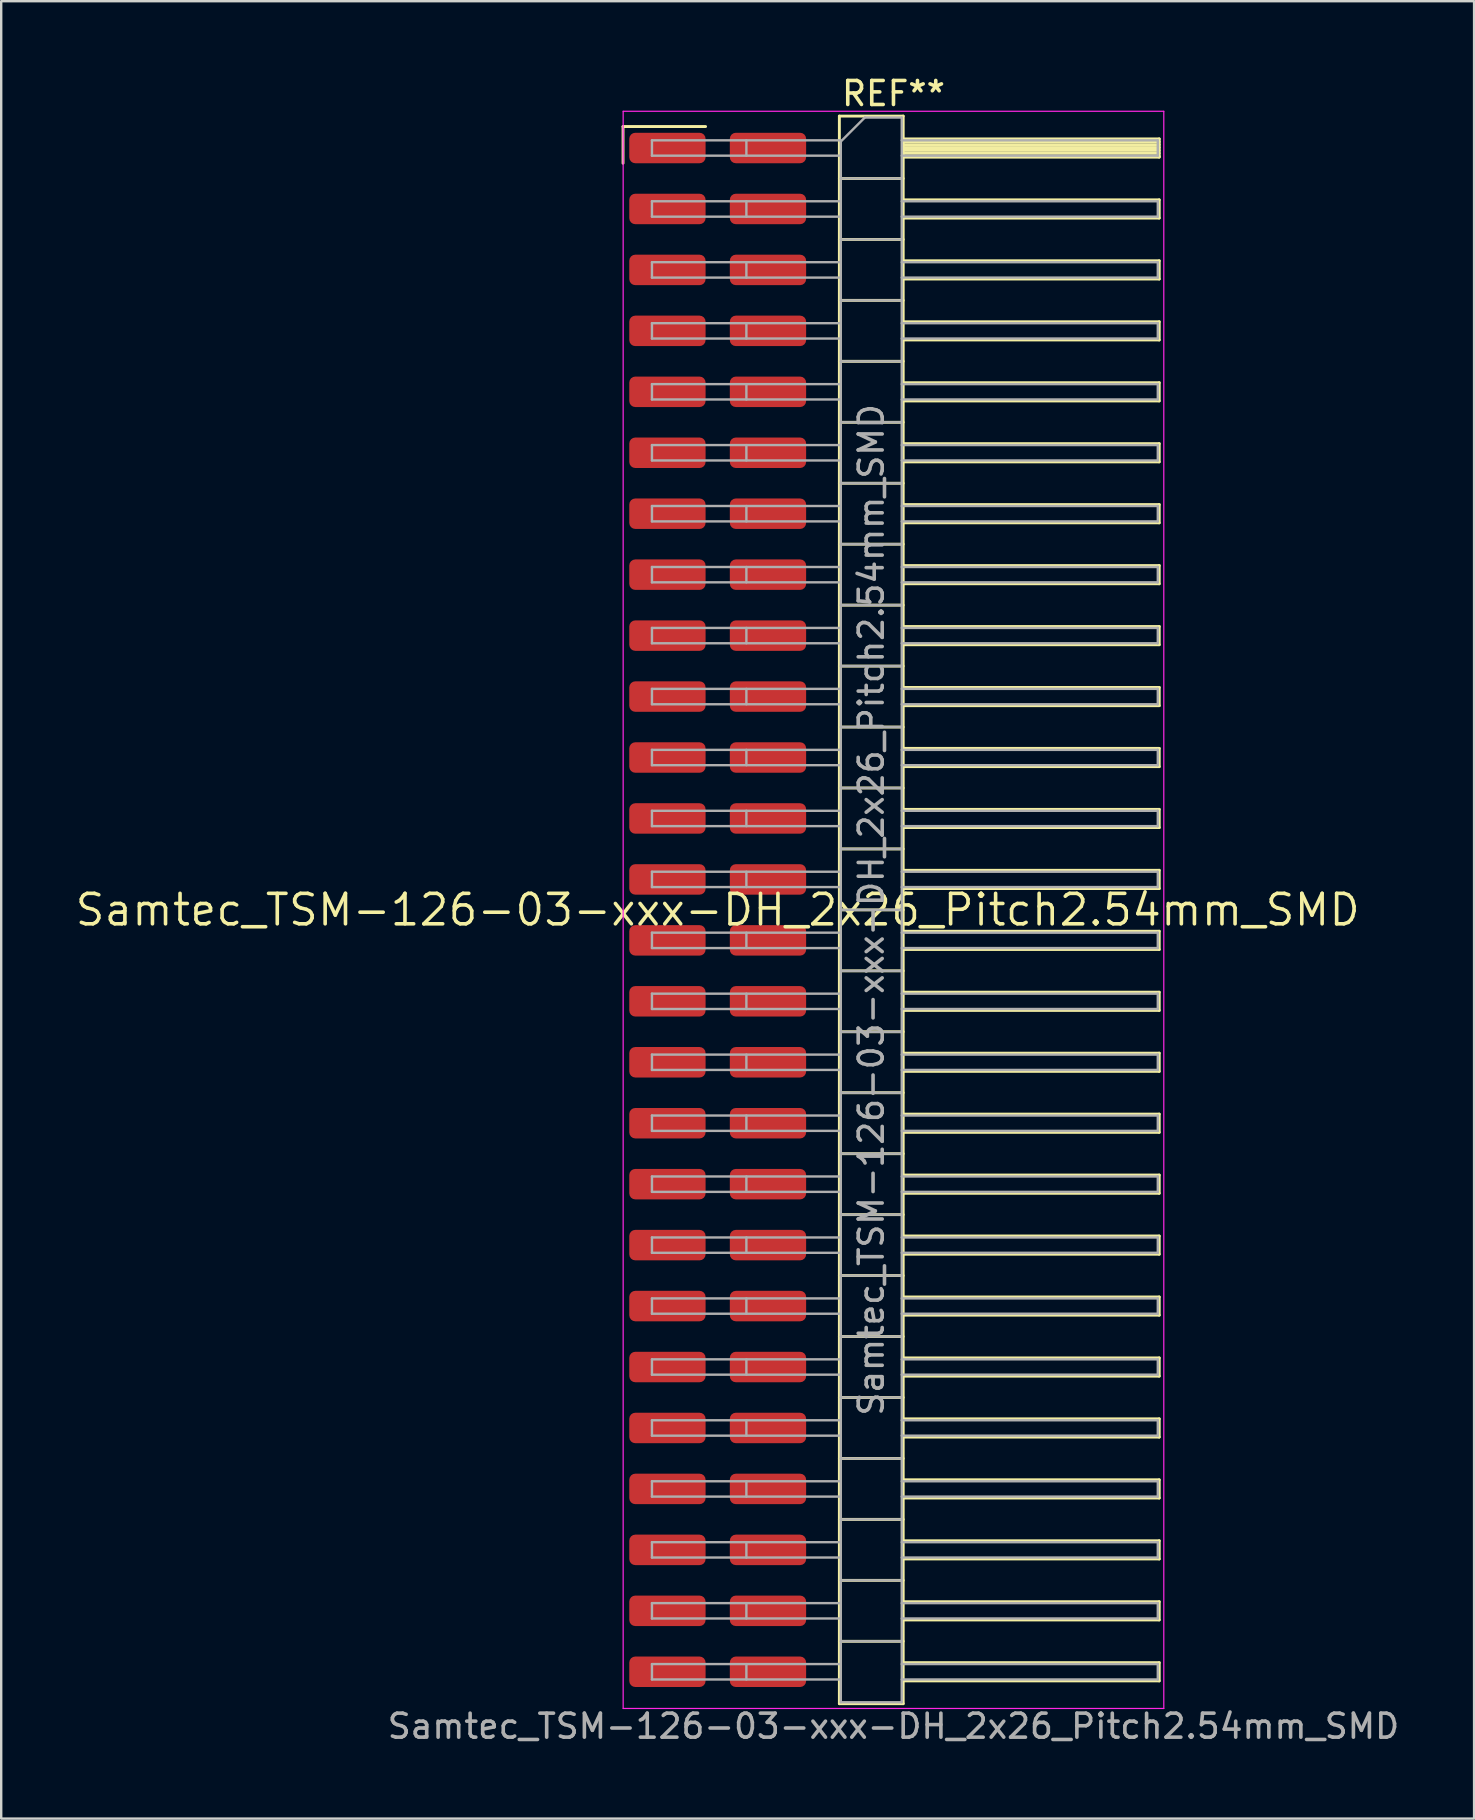
<source format=kicad_pcb>
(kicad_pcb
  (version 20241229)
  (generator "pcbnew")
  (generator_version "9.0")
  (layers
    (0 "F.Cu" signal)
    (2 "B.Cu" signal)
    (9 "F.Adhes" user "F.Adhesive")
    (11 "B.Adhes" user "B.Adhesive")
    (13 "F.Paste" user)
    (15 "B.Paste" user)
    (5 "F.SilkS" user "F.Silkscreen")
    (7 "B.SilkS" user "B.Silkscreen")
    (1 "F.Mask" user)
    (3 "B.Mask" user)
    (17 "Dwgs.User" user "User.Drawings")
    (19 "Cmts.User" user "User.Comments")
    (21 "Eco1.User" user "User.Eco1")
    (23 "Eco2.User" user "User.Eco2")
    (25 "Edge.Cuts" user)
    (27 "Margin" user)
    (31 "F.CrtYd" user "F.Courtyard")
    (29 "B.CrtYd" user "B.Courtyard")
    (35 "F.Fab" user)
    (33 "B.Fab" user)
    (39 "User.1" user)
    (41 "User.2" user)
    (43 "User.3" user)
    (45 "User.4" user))
  (footprint "Samtec_TSM-126-03-xxx-DH_2x26_Pitch2.54mm_SMD"
    (layer "F.Cu")
    (at 26.859 34.868)
    (property "Reference" "Samtec_TSM-126-03-xxx-DH_2x26_Pitch2.54mm_SMD" (at 0 0 0) (layer "F.SilkS") (effects (font (size 1.27 1.27) (thickness 0.15))))
    (attr smd)
    (fp_line (start -3.945 -32.645) (end -0.505 -32.645) (stroke (width 0.12) (type solid)) (layer "F.SilkS"))
    (fp_line (start -3.945 -31.115) (end -3.945 -32.645) (stroke (width 0.12) (type solid)) (layer "F.SilkS"))
    (fp_line (start 5.07 -33.08) (end 7.73 -33.08) (stroke (width 0.12) (type solid)) (layer "F.SilkS"))
    (fp_line (start 5.07 -30.48) (end 7.73 -30.48) (stroke (width 0.12) (type solid)) (layer "F.SilkS"))
    (fp_line (start 5.07 -27.94) (end 7.73 -27.94) (stroke (width 0.12) (type solid)) (layer "F.SilkS"))
    (fp_line (start 5.07 -25.4) (end 7.73 -25.4) (stroke (width 0.12) (type solid)) (layer "F.SilkS"))
    (fp_line (start 5.07 -22.86) (end 7.73 -22.86) (stroke (width 0.12) (type solid)) (layer "F.SilkS"))
    (fp_line (start 5.07 -20.32) (end 7.73 -20.32) (stroke (width 0.12) (type solid)) (layer "F.SilkS"))
    (fp_line (start 5.07 -17.78) (end 7.73 -17.78) (stroke (width 0.12) (type solid)) (layer "F.SilkS"))
    (fp_line (start 5.07 -15.24) (end 7.73 -15.24) (stroke (width 0.12) (type solid)) (layer "F.SilkS"))
    (fp_line (start 5.07 -12.7) (end 7.73 -12.7) (stroke (width 0.12) (type solid)) (layer "F.SilkS"))
    (fp_line (start 5.07 -10.16) (end 7.73 -10.16) (stroke (width 0.12) (type solid)) (layer "F.SilkS"))
    (fp_line (start 5.07 -7.62) (end 7.73 -7.62) (stroke (width 0.12) (type solid)) (layer "F.SilkS"))
    (fp_line (start 5.07 -5.08) (end 7.73 -5.08) (stroke (width 0.12) (type solid)) (layer "F.SilkS"))
    (fp_line (start 5.07 -2.54) (end 7.73 -2.54) (stroke (width 0.12) (type solid)) (layer "F.SilkS"))
    (fp_line (start 5.07 0) (end 7.73 0) (stroke (width 0.12) (type solid)) (layer "F.SilkS"))
    (fp_line (start 5.07 2.54) (end 7.73 2.54) (stroke (width 0.12) (type solid)) (layer "F.SilkS"))
    (fp_line (start 5.07 5.08) (end 7.73 5.08) (stroke (width 0.12) (type solid)) (layer "F.SilkS"))
    (fp_line (start 5.07 7.62) (end 7.73 7.62) (stroke (width 0.12) (type solid)) (layer "F.SilkS"))
    (fp_line (start 5.07 10.16) (end 7.73 10.16) (stroke (width 0.12) (type solid)) (layer "F.SilkS"))
    (fp_line (start 5.07 12.7) (end 7.73 12.7) (stroke (width 0.12) (type solid)) (layer "F.SilkS"))
    (fp_line (start 5.07 15.24) (end 7.73 15.24) (stroke (width 0.12) (type solid)) (layer "F.SilkS"))
    (fp_line (start 5.07 17.78) (end 7.73 17.78) (stroke (width 0.12) (type solid)) (layer "F.SilkS"))
    (fp_line (start 5.07 20.32) (end 7.73 20.32) (stroke (width 0.12) (type solid)) (layer "F.SilkS"))
    (fp_line (start 5.07 22.86) (end 7.73 22.86) (stroke (width 0.12) (type solid)) (layer "F.SilkS"))
    (fp_line (start 5.07 25.4) (end 7.73 25.4) (stroke (width 0.12) (type solid)) (layer "F.SilkS"))
    (fp_line (start 5.07 27.94) (end 7.73 27.94) (stroke (width 0.12) (type solid)) (layer "F.SilkS"))
    (fp_line (start 5.07 30.48) (end 7.73 30.48) (stroke (width 0.12) (type solid)) (layer "F.SilkS"))
    (fp_line (start 5.07 33.08) (end 5.07 -33.08) (stroke (width 0.12) (type solid)) (layer "F.SilkS"))
    (fp_line (start 7.73 -33.08) (end 7.73 33.08) (stroke (width 0.12) (type solid)) (layer "F.SilkS"))
    (fp_line (start 7.73 -32.13) (end 18.4 -32.13) (stroke (width 0.12) (type solid)) (layer "F.SilkS"))
    (fp_line (start 7.73 -32.01) (end 18.4 -32.01) (stroke (width 0.12) (type solid)) (layer "F.SilkS"))
    (fp_line (start 7.73 -31.89) (end 18.4 -31.89) (stroke (width 0.12) (type solid)) (layer "F.SilkS"))
    (fp_line (start 7.73 -31.77) (end 18.4 -31.77) (stroke (width 0.12) (type solid)) (layer "F.SilkS"))
    (fp_line (start 7.73 -31.65) (end 18.4 -31.65) (stroke (width 0.12) (type solid)) (layer "F.SilkS"))
    (fp_line (start 7.73 -31.53) (end 18.4 -31.53) (stroke (width 0.12) (type solid)) (layer "F.SilkS"))
    (fp_line (start 7.73 -31.41) (end 18.4 -31.41) (stroke (width 0.12) (type solid)) (layer "F.SilkS"))
    (fp_line (start 7.73 -31.37) (end 18.4 -31.37) (stroke (width 0.12) (type solid)) (layer "F.SilkS"))
    (fp_line (start 7.73 -29.59) (end 18.4 -29.59) (stroke (width 0.12) (type solid)) (layer "F.SilkS"))
    (fp_line (start 7.73 -28.83) (end 18.4 -28.83) (stroke (width 0.12) (type solid)) (layer "F.SilkS"))
    (fp_line (start 7.73 -27.05) (end 18.4 -27.05) (stroke (width 0.12) (type solid)) (layer "F.SilkS"))
    (fp_line (start 7.73 -26.29) (end 18.4 -26.29) (stroke (width 0.12) (type solid)) (layer "F.SilkS"))
    (fp_line (start 7.73 -24.51) (end 18.4 -24.51) (stroke (width 0.12) (type solid)) (layer "F.SilkS"))
    (fp_line (start 7.73 -23.75) (end 18.4 -23.75) (stroke (width 0.12) (type solid)) (layer "F.SilkS"))
    (fp_line (start 7.73 -21.97) (end 18.4 -21.97) (stroke (width 0.12) (type solid)) (layer "F.SilkS"))
    (fp_line (start 7.73 -21.21) (end 18.4 -21.21) (stroke (width 0.12) (type solid)) (layer "F.SilkS"))
    (fp_line (start 7.73 -19.43) (end 18.4 -19.43) (stroke (width 0.12) (type solid)) (layer "F.SilkS"))
    (fp_line (start 7.73 -18.67) (end 18.4 -18.67) (stroke (width 0.12) (type solid)) (layer "F.SilkS"))
    (fp_line (start 7.73 -16.89) (end 18.4 -16.89) (stroke (width 0.12) (type solid)) (layer "F.SilkS"))
    (fp_line (start 7.73 -16.13) (end 18.4 -16.13) (stroke (width 0.12) (type solid)) (layer "F.SilkS"))
    (fp_line (start 7.73 -14.35) (end 18.4 -14.35) (stroke (width 0.12) (type solid)) (layer "F.SilkS"))
    (fp_line (start 7.73 -13.59) (end 18.4 -13.59) (stroke (width 0.12) (type solid)) (layer "F.SilkS"))
    (fp_line (start 7.73 -11.81) (end 18.4 -11.81) (stroke (width 0.12) (type solid)) (layer "F.SilkS"))
    (fp_line (start 7.73 -11.05) (end 18.4 -11.05) (stroke (width 0.12) (type solid)) (layer "F.SilkS"))
    (fp_line (start 7.73 -9.27) (end 18.4 -9.27) (stroke (width 0.12) (type solid)) (layer "F.SilkS"))
    (fp_line (start 7.73 -8.51) (end 18.4 -8.51) (stroke (width 0.12) (type solid)) (layer "F.SilkS"))
    (fp_line (start 7.73 -6.73) (end 18.4 -6.73) (stroke (width 0.12) (type solid)) (layer "F.SilkS"))
    (fp_line (start 7.73 -5.97) (end 18.4 -5.97) (stroke (width 0.12) (type solid)) (layer "F.SilkS"))
    (fp_line (start 7.73 -4.19) (end 18.4 -4.19) (stroke (width 0.12) (type solid)) (layer "F.SilkS"))
    (fp_line (start 7.73 -3.43) (end 18.4 -3.43) (stroke (width 0.12) (type solid)) (layer "F.SilkS"))
    (fp_line (start 7.73 -1.65) (end 18.4 -1.65) (stroke (width 0.12) (type solid)) (layer "F.SilkS"))
    (fp_line (start 7.73 -0.89) (end 18.4 -0.89) (stroke (width 0.12) (type solid)) (layer "F.SilkS"))
    (fp_line (start 7.73 0.89) (end 18.4 0.89) (stroke (width 0.12) (type solid)) (layer "F.SilkS"))
    (fp_line (start 7.73 1.65) (end 18.4 1.65) (stroke (width 0.12) (type solid)) (layer "F.SilkS"))
    (fp_line (start 7.73 3.43) (end 18.4 3.43) (stroke (width 0.12) (type solid)) (layer "F.SilkS"))
    (fp_line (start 7.73 4.19) (end 18.4 4.19) (stroke (width 0.12) (type solid)) (layer "F.SilkS"))
    (fp_line (start 7.73 5.97) (end 18.4 5.97) (stroke (width 0.12) (type solid)) (layer "F.SilkS"))
    (fp_line (start 7.73 6.73) (end 18.4 6.73) (stroke (width 0.12) (type solid)) (layer "F.SilkS"))
    (fp_line (start 7.73 8.51) (end 18.4 8.51) (stroke (width 0.12) (type solid)) (layer "F.SilkS"))
    (fp_line (start 7.73 9.27) (end 18.4 9.27) (stroke (width 0.12) (type solid)) (layer "F.SilkS"))
    (fp_line (start 7.73 11.05) (end 18.4 11.05) (stroke (width 0.12) (type solid)) (layer "F.SilkS"))
    (fp_line (start 7.73 11.81) (end 18.4 11.81) (stroke (width 0.12) (type solid)) (layer "F.SilkS"))
    (fp_line (start 7.73 13.59) (end 18.4 13.59) (stroke (width 0.12) (type solid)) (layer "F.SilkS"))
    (fp_line (start 7.73 14.35) (end 18.4 14.35) (stroke (width 0.12) (type solid)) (layer "F.SilkS"))
    (fp_line (start 7.73 16.13) (end 18.4 16.13) (stroke (width 0.12) (type solid)) (layer "F.SilkS"))
    (fp_line (start 7.73 16.89) (end 18.4 16.89) (stroke (width 0.12) (type solid)) (layer "F.SilkS"))
    (fp_line (start 7.73 18.67) (end 18.4 18.67) (stroke (width 0.12) (type solid)) (layer "F.SilkS"))
    (fp_line (start 7.73 19.43) (end 18.4 19.43) (stroke (width 0.12) (type solid)) (layer "F.SilkS"))
    (fp_line (start 7.73 21.21) (end 18.4 21.21) (stroke (width 0.12) (type solid)) (layer "F.SilkS"))
    (fp_line (start 7.73 21.97) (end 18.4 21.97) (stroke (width 0.12) (type solid)) (layer "F.SilkS"))
    (fp_line (start 7.73 23.75) (end 18.4 23.75) (stroke (width 0.12) (type solid)) (layer "F.SilkS"))
    (fp_line (start 7.73 24.51) (end 18.4 24.51) (stroke (width 0.12) (type solid)) (layer "F.SilkS"))
    (fp_line (start 7.73 26.29) (end 18.4 26.29) (stroke (width 0.12) (type solid)) (layer "F.SilkS"))
    (fp_line (start 7.73 27.05) (end 18.4 27.05) (stroke (width 0.12) (type solid)) (layer "F.SilkS"))
    (fp_line (start 7.73 28.83) (end 18.4 28.83) (stroke (width 0.12) (type solid)) (layer "F.SilkS"))
    (fp_line (start 7.73 29.59) (end 18.4 29.59) (stroke (width 0.12) (type solid)) (layer "F.SilkS"))
    (fp_line (start 7.73 31.37) (end 18.4 31.37) (stroke (width 0.12) (type solid)) (layer "F.SilkS"))
    (fp_line (start 7.73 32.13) (end 18.4 32.13) (stroke (width 0.12) (type solid)) (layer "F.SilkS"))
    (fp_line (start 7.73 33.08) (end 5.07 33.08) (stroke (width 0.12) (type solid)) (layer "F.SilkS"))
    (fp_line (start 18.4 -32.13) (end 18.4 -31.37) (stroke (width 0.12) (type solid)) (layer "F.SilkS"))
    (fp_line (start 18.4 -29.59) (end 18.4 -28.83) (stroke (width 0.12) (type solid)) (layer "F.SilkS"))
    (fp_line (start 18.4 -27.05) (end 18.4 -26.29) (stroke (width 0.12) (type solid)) (layer "F.SilkS"))
    (fp_line (start 18.4 -24.51) (end 18.4 -23.75) (stroke (width 0.12) (type solid)) (layer "F.SilkS"))
    (fp_line (start 18.4 -21.97) (end 18.4 -21.21) (stroke (width 0.12) (type solid)) (layer "F.SilkS"))
    (fp_line (start 18.4 -19.43) (end 18.4 -18.67) (stroke (width 0.12) (type solid)) (layer "F.SilkS"))
    (fp_line (start 18.4 -16.89) (end 18.4 -16.13) (stroke (width 0.12) (type solid)) (layer "F.SilkS"))
    (fp_line (start 18.4 -14.35) (end 18.4 -13.59) (stroke (width 0.12) (type solid)) (layer "F.SilkS"))
    (fp_line (start 18.4 -11.81) (end 18.4 -11.05) (stroke (width 0.12) (type solid)) (layer "F.SilkS"))
    (fp_line (start 18.4 -9.27) (end 18.4 -8.51) (stroke (width 0.12) (type solid)) (layer "F.SilkS"))
    (fp_line (start 18.4 -6.73) (end 18.4 -5.97) (stroke (width 0.12) (type solid)) (layer "F.SilkS"))
    (fp_line (start 18.4 -4.19) (end 18.4 -3.43) (stroke (width 0.12) (type solid)) (layer "F.SilkS"))
    (fp_line (start 18.4 -1.65) (end 18.4 -0.89) (stroke (width 0.12) (type solid)) (layer "F.SilkS"))
    (fp_line (start 18.4 0.89) (end 18.4 1.65) (stroke (width 0.12) (type solid)) (layer "F.SilkS"))
    (fp_line (start 18.4 3.43) (end 18.4 4.19) (stroke (width 0.12) (type solid)) (layer "F.SilkS"))
    (fp_line (start 18.4 5.97) (end 18.4 6.73) (stroke (width 0.12) (type solid)) (layer "F.SilkS"))
    (fp_line (start 18.4 8.51) (end 18.4 9.27) (stroke (width 0.12) (type solid)) (layer "F.SilkS"))
    (fp_line (start 18.4 11.05) (end 18.4 11.81) (stroke (width 0.12) (type solid)) (layer "F.SilkS"))
    (fp_line (start 18.4 13.59) (end 18.4 14.35) (stroke (width 0.12) (type solid)) (layer "F.SilkS"))
    (fp_line (start 18.4 16.13) (end 18.4 16.89) (stroke (width 0.12) (type solid)) (layer "F.SilkS"))
    (fp_line (start 18.4 18.67) (end 18.4 19.43) (stroke (width 0.12) (type solid)) (layer "F.SilkS"))
    (fp_line (start 18.4 21.21) (end 18.4 21.97) (stroke (width 0.12) (type solid)) (layer "F.SilkS"))
    (fp_line (start 18.4 23.75) (end 18.4 24.51) (stroke (width 0.12) (type solid)) (layer "F.SilkS"))
    (fp_line (start 18.4 26.29) (end 18.4 27.05) (stroke (width 0.12) (type solid)) (layer "F.SilkS"))
    (fp_line (start 18.4 28.83) (end 18.4 29.59) (stroke (width 0.12) (type solid)) (layer "F.SilkS"))
    (fp_line (start 18.4 31.37) (end 18.4 32.13) (stroke (width 0.12) (type solid)) (layer "F.SilkS"))
    (fp_line (start -3.94 -33.28) (end 18.59 -33.28) (stroke (width 0.05) (type solid)) (layer "F.CrtYd"))
    (fp_line (start -3.94 33.28) (end -3.94 -33.28) (stroke (width 0.05) (type solid)) (layer "F.CrtYd"))
    (fp_line (start 18.59 -33.28) (end 18.59 33.28) (stroke (width 0.05) (type solid)) (layer "F.CrtYd"))
    (fp_line (start 18.59 33.28) (end -3.94 33.28) (stroke (width 0.05) (type solid)) (layer "F.CrtYd"))
    (fp_line (start -2.74 -32.07) (end -2.74 -31.43) (stroke (width 0.1) (type solid)) (layer "F.Fab"))
    (fp_line (start -2.74 -32.07) (end 5.13 -32.07) (stroke (width 0.1) (type solid)) (layer "F.Fab"))
    (fp_line (start -2.74 -31.43) (end 5.13 -31.43) (stroke (width 0.1) (type solid)) (layer "F.Fab"))
    (fp_line (start -2.74 -29.53) (end -2.74 -28.89) (stroke (width 0.1) (type solid)) (layer "F.Fab"))
    (fp_line (start -2.74 -29.53) (end 5.13 -29.53) (stroke (width 0.1) (type solid)) (layer "F.Fab"))
    (fp_line (start -2.74 -28.89) (end 5.13 -28.89) (stroke (width 0.1) (type solid)) (layer "F.Fab"))
    (fp_line (start -2.74 -26.99) (end -2.74 -26.35) (stroke (width 0.1) (type solid)) (layer "F.Fab"))
    (fp_line (start -2.74 -26.99) (end 5.13 -26.99) (stroke (width 0.1) (type solid)) (layer "F.Fab"))
    (fp_line (start -2.74 -26.35) (end 5.13 -26.35) (stroke (width 0.1) (type solid)) (layer "F.Fab"))
    (fp_line (start -2.74 -24.45) (end -2.74 -23.81) (stroke (width 0.1) (type solid)) (layer "F.Fab"))
    (fp_line (start -2.74 -24.45) (end 5.13 -24.45) (stroke (width 0.1) (type solid)) (layer "F.Fab"))
    (fp_line (start -2.74 -23.81) (end 5.13 -23.81) (stroke (width 0.1) (type solid)) (layer "F.Fab"))
    (fp_line (start -2.74 -21.91) (end -2.74 -21.27) (stroke (width 0.1) (type solid)) (layer "F.Fab"))
    (fp_line (start -2.74 -21.91) (end 5.13 -21.91) (stroke (width 0.1) (type solid)) (layer "F.Fab"))
    (fp_line (start -2.74 -21.27) (end 5.13 -21.27) (stroke (width 0.1) (type solid)) (layer "F.Fab"))
    (fp_line (start -2.74 -19.37) (end -2.74 -18.73) (stroke (width 0.1) (type solid)) (layer "F.Fab"))
    (fp_line (start -2.74 -19.37) (end 5.13 -19.37) (stroke (width 0.1) (type solid)) (layer "F.Fab"))
    (fp_line (start -2.74 -18.73) (end 5.13 -18.73) (stroke (width 0.1) (type solid)) (layer "F.Fab"))
    (fp_line (start -2.74 -16.83) (end -2.74 -16.19) (stroke (width 0.1) (type solid)) (layer "F.Fab"))
    (fp_line (start -2.74 -16.83) (end 5.13 -16.83) (stroke (width 0.1) (type solid)) (layer "F.Fab"))
    (fp_line (start -2.74 -16.19) (end 5.13 -16.19) (stroke (width 0.1) (type solid)) (layer "F.Fab"))
    (fp_line (start -2.74 -14.29) (end -2.74 -13.65) (stroke (width 0.1) (type solid)) (layer "F.Fab"))
    (fp_line (start -2.74 -14.29) (end 5.13 -14.29) (stroke (width 0.1) (type solid)) (layer "F.Fab"))
    (fp_line (start -2.74 -13.65) (end 5.13 -13.65) (stroke (width 0.1) (type solid)) (layer "F.Fab"))
    (fp_line (start -2.74 -11.75) (end -2.74 -11.11) (stroke (width 0.1) (type solid)) (layer "F.Fab"))
    (fp_line (start -2.74 -11.75) (end 5.13 -11.75) (stroke (width 0.1) (type solid)) (layer "F.Fab"))
    (fp_line (start -2.74 -11.11) (end 5.13 -11.11) (stroke (width 0.1) (type solid)) (layer "F.Fab"))
    (fp_line (start -2.74 -9.21) (end -2.74 -8.57) (stroke (width 0.1) (type solid)) (layer "F.Fab"))
    (fp_line (start -2.74 -9.21) (end 5.13 -9.21) (stroke (width 0.1) (type solid)) (layer "F.Fab"))
    (fp_line (start -2.74 -8.57) (end 5.13 -8.57) (stroke (width 0.1) (type solid)) (layer "F.Fab"))
    (fp_line (start -2.74 -6.67) (end -2.74 -6.03) (stroke (width 0.1) (type solid)) (layer "F.Fab"))
    (fp_line (start -2.74 -6.67) (end 5.13 -6.67) (stroke (width 0.1) (type solid)) (layer "F.Fab"))
    (fp_line (start -2.74 -6.03) (end 5.13 -6.03) (stroke (width 0.1) (type solid)) (layer "F.Fab"))
    (fp_line (start -2.74 -4.13) (end -2.74 -3.49) (stroke (width 0.1) (type solid)) (layer "F.Fab"))
    (fp_line (start -2.74 -4.13) (end 5.13 -4.13) (stroke (width 0.1) (type solid)) (layer "F.Fab"))
    (fp_line (start -2.74 -3.49) (end 5.13 -3.49) (stroke (width 0.1) (type solid)) (layer "F.Fab"))
    (fp_line (start -2.74 -1.59) (end -2.74 -0.95) (stroke (width 0.1) (type solid)) (layer "F.Fab"))
    (fp_line (start -2.74 -1.59) (end 5.13 -1.59) (stroke (width 0.1) (type solid)) (layer "F.Fab"))
    (fp_line (start -2.74 -0.95) (end 5.13 -0.95) (stroke (width 0.1) (type solid)) (layer "F.Fab"))
    (fp_line (start -2.74 0.95) (end -2.74 1.59) (stroke (width 0.1) (type solid)) (layer "F.Fab"))
    (fp_line (start -2.74 0.95) (end 5.13 0.95) (stroke (width 0.1) (type solid)) (layer "F.Fab"))
    (fp_line (start -2.74 1.59) (end 5.13 1.59) (stroke (width 0.1) (type solid)) (layer "F.Fab"))
    (fp_line (start -2.74 3.49) (end -2.74 4.13) (stroke (width 0.1) (type solid)) (layer "F.Fab"))
    (fp_line (start -2.74 3.49) (end 5.13 3.49) (stroke (width 0.1) (type solid)) (layer "F.Fab"))
    (fp_line (start -2.74 4.13) (end 5.13 4.13) (stroke (width 0.1) (type solid)) (layer "F.Fab"))
    (fp_line (start -2.74 6.03) (end -2.74 6.67) (stroke (width 0.1) (type solid)) (layer "F.Fab"))
    (fp_line (start -2.74 6.03) (end 5.13 6.03) (stroke (width 0.1) (type solid)) (layer "F.Fab"))
    (fp_line (start -2.74 6.67) (end 5.13 6.67) (stroke (width 0.1) (type solid)) (layer "F.Fab"))
    (fp_line (start -2.74 8.57) (end -2.74 9.21) (stroke (width 0.1) (type solid)) (layer "F.Fab"))
    (fp_line (start -2.74 8.57) (end 5.13 8.57) (stroke (width 0.1) (type solid)) (layer "F.Fab"))
    (fp_line (start -2.74 9.21) (end 5.13 9.21) (stroke (width 0.1) (type solid)) (layer "F.Fab"))
    (fp_line (start -2.74 11.11) (end -2.74 11.75) (stroke (width 0.1) (type solid)) (layer "F.Fab"))
    (fp_line (start -2.74 11.11) (end 5.13 11.11) (stroke (width 0.1) (type solid)) (layer "F.Fab"))
    (fp_line (start -2.74 11.75) (end 5.13 11.75) (stroke (width 0.1) (type solid)) (layer "F.Fab"))
    (fp_line (start -2.74 13.65) (end -2.74 14.29) (stroke (width 0.1) (type solid)) (layer "F.Fab"))
    (fp_line (start -2.74 13.65) (end 5.13 13.65) (stroke (width 0.1) (type solid)) (layer "F.Fab"))
    (fp_line (start -2.74 14.29) (end 5.13 14.29) (stroke (width 0.1) (type solid)) (layer "F.Fab"))
    (fp_line (start -2.74 16.19) (end -2.74 16.83) (stroke (width 0.1) (type solid)) (layer "F.Fab"))
    (fp_line (start -2.74 16.19) (end 5.13 16.19) (stroke (width 0.1) (type solid)) (layer "F.Fab"))
    (fp_line (start -2.74 16.83) (end 5.13 16.83) (stroke (width 0.1) (type solid)) (layer "F.Fab"))
    (fp_line (start -2.74 18.73) (end -2.74 19.37) (stroke (width 0.1) (type solid)) (layer "F.Fab"))
    (fp_line (start -2.74 18.73) (end 5.13 18.73) (stroke (width 0.1) (type solid)) (layer "F.Fab"))
    (fp_line (start -2.74 19.37) (end 5.13 19.37) (stroke (width 0.1) (type solid)) (layer "F.Fab"))
    (fp_line (start -2.74 21.27) (end -2.74 21.91) (stroke (width 0.1) (type solid)) (layer "F.Fab"))
    (fp_line (start -2.74 21.27) (end 5.13 21.27) (stroke (width 0.1) (type solid)) (layer "F.Fab"))
    (fp_line (start -2.74 21.91) (end 5.13 21.91) (stroke (width 0.1) (type solid)) (layer "F.Fab"))
    (fp_line (start -2.74 23.81) (end -2.74 24.45) (stroke (width 0.1) (type solid)) (layer "F.Fab"))
    (fp_line (start -2.74 23.81) (end 5.13 23.81) (stroke (width 0.1) (type solid)) (layer "F.Fab"))
    (fp_line (start -2.74 24.45) (end 5.13 24.45) (stroke (width 0.1) (type solid)) (layer "F.Fab"))
    (fp_line (start -2.74 26.35) (end -2.74 26.99) (stroke (width 0.1) (type solid)) (layer "F.Fab"))
    (fp_line (start -2.74 26.35) (end 5.13 26.35) (stroke (width 0.1) (type solid)) (layer "F.Fab"))
    (fp_line (start -2.74 26.99) (end 5.13 26.99) (stroke (width 0.1) (type solid)) (layer "F.Fab"))
    (fp_line (start -2.74 28.89) (end -2.74 29.53) (stroke (width 0.1) (type solid)) (layer "F.Fab"))
    (fp_line (start -2.74 28.89) (end 5.13 28.89) (stroke (width 0.1) (type solid)) (layer "F.Fab"))
    (fp_line (start -2.74 29.53) (end 5.13 29.53) (stroke (width 0.1) (type solid)) (layer "F.Fab"))
    (fp_line (start -2.74 31.43) (end -2.74 32.07) (stroke (width 0.1) (type solid)) (layer "F.Fab"))
    (fp_line (start -2.74 31.43) (end 5.13 31.43) (stroke (width 0.1) (type solid)) (layer "F.Fab"))
    (fp_line (start -2.74 32.07) (end 5.13 32.07) (stroke (width 0.1) (type solid)) (layer "F.Fab"))
    (fp_line (start 1.195 -32.07) (end 1.195 -31.43) (stroke (width 0.1) (type solid)) (layer "F.Fab"))
    (fp_line (start 1.195 -29.53) (end 1.195 -28.89) (stroke (width 0.1) (type solid)) (layer "F.Fab"))
    (fp_line (start 1.195 -26.99) (end 1.195 -26.35) (stroke (width 0.1) (type solid)) (layer "F.Fab"))
    (fp_line (start 1.195 -24.45) (end 1.195 -23.81) (stroke (width 0.1) (type solid)) (layer "F.Fab"))
    (fp_line (start 1.195 -21.91) (end 1.195 -21.27) (stroke (width 0.1) (type solid)) (layer "F.Fab"))
    (fp_line (start 1.195 -19.37) (end 1.195 -18.73) (stroke (width 0.1) (type solid)) (layer "F.Fab"))
    (fp_line (start 1.195 -16.83) (end 1.195 -16.19) (stroke (width 0.1) (type solid)) (layer "F.Fab"))
    (fp_line (start 1.195 -14.29) (end 1.195 -13.65) (stroke (width 0.1) (type solid)) (layer "F.Fab"))
    (fp_line (start 1.195 -11.75) (end 1.195 -11.11) (stroke (width 0.1) (type solid)) (layer "F.Fab"))
    (fp_line (start 1.195 -9.21) (end 1.195 -8.57) (stroke (width 0.1) (type solid)) (layer "F.Fab"))
    (fp_line (start 1.195 -6.67) (end 1.195 -6.03) (stroke (width 0.1) (type solid)) (layer "F.Fab"))
    (fp_line (start 1.195 -4.13) (end 1.195 -3.49) (stroke (width 0.1) (type solid)) (layer "F.Fab"))
    (fp_line (start 1.195 -1.59) (end 1.195 -0.95) (stroke (width 0.1) (type solid)) (layer "F.Fab"))
    (fp_line (start 1.195 0.95) (end 1.195 1.59) (stroke (width 0.1) (type solid)) (layer "F.Fab"))
    (fp_line (start 1.195 3.49) (end 1.195 4.13) (stroke (width 0.1) (type solid)) (layer "F.Fab"))
    (fp_line (start 1.195 6.03) (end 1.195 6.67) (stroke (width 0.1) (type solid)) (layer "F.Fab"))
    (fp_line (start 1.195 8.57) (end 1.195 9.21) (stroke (width 0.1) (type solid)) (layer "F.Fab"))
    (fp_line (start 1.195 11.11) (end 1.195 11.75) (stroke (width 0.1) (type solid)) (layer "F.Fab"))
    (fp_line (start 1.195 13.65) (end 1.195 14.29) (stroke (width 0.1) (type solid)) (layer "F.Fab"))
    (fp_line (start 1.195 16.19) (end 1.195 16.83) (stroke (width 0.1) (type solid)) (layer "F.Fab"))
    (fp_line (start 1.195 18.73) (end 1.195 19.37) (stroke (width 0.1) (type solid)) (layer "F.Fab"))
    (fp_line (start 1.195 21.27) (end 1.195 21.91) (stroke (width 0.1) (type solid)) (layer "F.Fab"))
    (fp_line (start 1.195 23.81) (end 1.195 24.45) (stroke (width 0.1) (type solid)) (layer "F.Fab"))
    (fp_line (start 1.195 26.35) (end 1.195 26.99) (stroke (width 0.1) (type solid)) (layer "F.Fab"))
    (fp_line (start 1.195 28.89) (end 1.195 29.53) (stroke (width 0.1) (type solid)) (layer "F.Fab"))
    (fp_line (start 1.195 31.43) (end 1.195 32.07) (stroke (width 0.1) (type solid)) (layer "F.Fab"))
    (fp_line (start 5.13 -32.02) (end 6.13 -33.02) (stroke (width 0.1) (type solid)) (layer "F.Fab"))
    (fp_line (start 5.13 -30.48) (end 7.67 -30.48) (stroke (width 0.1) (type solid)) (layer "F.Fab"))
    (fp_line (start 5.13 -27.94) (end 7.67 -27.94) (stroke (width 0.1) (type solid)) (layer "F.Fab"))
    (fp_line (start 5.13 -25.4) (end 7.67 -25.4) (stroke (width 0.1) (type solid)) (layer "F.Fab"))
    (fp_line (start 5.13 -22.86) (end 7.67 -22.86) (stroke (width 0.1) (type solid)) (layer "F.Fab"))
    (fp_line (start 5.13 -20.32) (end 7.67 -20.32) (stroke (width 0.1) (type solid)) (layer "F.Fab"))
    (fp_line (start 5.13 -17.78) (end 7.67 -17.78) (stroke (width 0.1) (type solid)) (layer "F.Fab"))
    (fp_line (start 5.13 -15.24) (end 7.67 -15.24) (stroke (width 0.1) (type solid)) (layer "F.Fab"))
    (fp_line (start 5.13 -12.7) (end 7.67 -12.7) (stroke (width 0.1) (type solid)) (layer "F.Fab"))
    (fp_line (start 5.13 -10.16) (end 7.67 -10.16) (stroke (width 0.1) (type solid)) (layer "F.Fab"))
    (fp_line (start 5.13 -7.62) (end 7.67 -7.62) (stroke (width 0.1) (type solid)) (layer "F.Fab"))
    (fp_line (start 5.13 -5.08) (end 7.67 -5.08) (stroke (width 0.1) (type solid)) (layer "F.Fab"))
    (fp_line (start 5.13 -2.54) (end 7.67 -2.54) (stroke (width 0.1) (type solid)) (layer "F.Fab"))
    (fp_line (start 5.13 0) (end 7.67 0) (stroke (width 0.1) (type solid)) (layer "F.Fab"))
    (fp_line (start 5.13 2.54) (end 7.67 2.54) (stroke (width 0.1) (type solid)) (layer "F.Fab"))
    (fp_line (start 5.13 5.08) (end 7.67 5.08) (stroke (width 0.1) (type solid)) (layer "F.Fab"))
    (fp_line (start 5.13 7.62) (end 7.67 7.62) (stroke (width 0.1) (type solid)) (layer "F.Fab"))
    (fp_line (start 5.13 10.16) (end 7.67 10.16) (stroke (width 0.1) (type solid)) (layer "F.Fab"))
    (fp_line (start 5.13 12.7) (end 7.67 12.7) (stroke (width 0.1) (type solid)) (layer "F.Fab"))
    (fp_line (start 5.13 15.24) (end 7.67 15.24) (stroke (width 0.1) (type solid)) (layer "F.Fab"))
    (fp_line (start 5.13 17.78) (end 7.67 17.78) (stroke (width 0.1) (type solid)) (layer "F.Fab"))
    (fp_line (start 5.13 20.32) (end 7.67 20.32) (stroke (width 0.1) (type solid)) (layer "F.Fab"))
    (fp_line (start 5.13 22.86) (end 7.67 22.86) (stroke (width 0.1) (type solid)) (layer "F.Fab"))
    (fp_line (start 5.13 25.4) (end 7.67 25.4) (stroke (width 0.1) (type solid)) (layer "F.Fab"))
    (fp_line (start 5.13 27.94) (end 7.67 27.94) (stroke (width 0.1) (type solid)) (layer "F.Fab"))
    (fp_line (start 5.13 30.48) (end 7.67 30.48) (stroke (width 0.1) (type solid)) (layer "F.Fab"))
    (fp_line (start 5.13 33.02) (end 5.13 -32.02) (stroke (width 0.1) (type solid)) (layer "F.Fab"))
    (fp_line (start 6.13 -33.02) (end 7.67 -33.02) (stroke (width 0.1) (type solid)) (layer "F.Fab"))
    (fp_line (start 7.67 -33.02) (end 7.67 33.02) (stroke (width 0.1) (type solid)) (layer "F.Fab"))
    (fp_line (start 7.67 -32.07) (end 18.34 -32.07) (stroke (width 0.1) (type solid)) (layer "F.Fab"))
    (fp_line (start 7.67 -31.43) (end 18.34 -31.43) (stroke (width 0.1) (type solid)) (layer "F.Fab"))
    (fp_line (start 7.67 -29.53) (end 18.34 -29.53) (stroke (width 0.1) (type solid)) (layer "F.Fab"))
    (fp_line (start 7.67 -28.89) (end 18.34 -28.89) (stroke (width 0.1) (type solid)) (layer "F.Fab"))
    (fp_line (start 7.67 -26.99) (end 18.34 -26.99) (stroke (width 0.1) (type solid)) (layer "F.Fab"))
    (fp_line (start 7.67 -26.35) (end 18.34 -26.35) (stroke (width 0.1) (type solid)) (layer "F.Fab"))
    (fp_line (start 7.67 -24.45) (end 18.34 -24.45) (stroke (width 0.1) (type solid)) (layer "F.Fab"))
    (fp_line (start 7.67 -23.81) (end 18.34 -23.81) (stroke (width 0.1) (type solid)) (layer "F.Fab"))
    (fp_line (start 7.67 -21.91) (end 18.34 -21.91) (stroke (width 0.1) (type solid)) (layer "F.Fab"))
    (fp_line (start 7.67 -21.27) (end 18.34 -21.27) (stroke (width 0.1) (type solid)) (layer "F.Fab"))
    (fp_line (start 7.67 -19.37) (end 18.34 -19.37) (stroke (width 0.1) (type solid)) (layer "F.Fab"))
    (fp_line (start 7.67 -18.73) (end 18.34 -18.73) (stroke (width 0.1) (type solid)) (layer "F.Fab"))
    (fp_line (start 7.67 -16.83) (end 18.34 -16.83) (stroke (width 0.1) (type solid)) (layer "F.Fab"))
    (fp_line (start 7.67 -16.19) (end 18.34 -16.19) (stroke (width 0.1) (type solid)) (layer "F.Fab"))
    (fp_line (start 7.67 -14.29) (end 18.34 -14.29) (stroke (width 0.1) (type solid)) (layer "F.Fab"))
    (fp_line (start 7.67 -13.65) (end 18.34 -13.65) (stroke (width 0.1) (type solid)) (layer "F.Fab"))
    (fp_line (start 7.67 -11.75) (end 18.34 -11.75) (stroke (width 0.1) (type solid)) (layer "F.Fab"))
    (fp_line (start 7.67 -11.11) (end 18.34 -11.11) (stroke (width 0.1) (type solid)) (layer "F.Fab"))
    (fp_line (start 7.67 -9.21) (end 18.34 -9.21) (stroke (width 0.1) (type solid)) (layer "F.Fab"))
    (fp_line (start 7.67 -8.57) (end 18.34 -8.57) (stroke (width 0.1) (type solid)) (layer "F.Fab"))
    (fp_line (start 7.67 -6.67) (end 18.34 -6.67) (stroke (width 0.1) (type solid)) (layer "F.Fab"))
    (fp_line (start 7.67 -6.03) (end 18.34 -6.03) (stroke (width 0.1) (type solid)) (layer "F.Fab"))
    (fp_line (start 7.67 -4.13) (end 18.34 -4.13) (stroke (width 0.1) (type solid)) (layer "F.Fab"))
    (fp_line (start 7.67 -3.49) (end 18.34 -3.49) (stroke (width 0.1) (type solid)) (layer "F.Fab"))
    (fp_line (start 7.67 -1.59) (end 18.34 -1.59) (stroke (width 0.1) (type solid)) (layer "F.Fab"))
    (fp_line (start 7.67 -0.95) (end 18.34 -0.95) (stroke (width 0.1) (type solid)) (layer "F.Fab"))
    (fp_line (start 7.67 0.95) (end 18.34 0.95) (stroke (width 0.1) (type solid)) (layer "F.Fab"))
    (fp_line (start 7.67 1.59) (end 18.34 1.59) (stroke (width 0.1) (type solid)) (layer "F.Fab"))
    (fp_line (start 7.67 3.49) (end 18.34 3.49) (stroke (width 0.1) (type solid)) (layer "F.Fab"))
    (fp_line (start 7.67 4.13) (end 18.34 4.13) (stroke (width 0.1) (type solid)) (layer "F.Fab"))
    (fp_line (start 7.67 6.03) (end 18.34 6.03) (stroke (width 0.1) (type solid)) (layer "F.Fab"))
    (fp_line (start 7.67 6.67) (end 18.34 6.67) (stroke (width 0.1) (type solid)) (layer "F.Fab"))
    (fp_line (start 7.67 8.57) (end 18.34 8.57) (stroke (width 0.1) (type solid)) (layer "F.Fab"))
    (fp_line (start 7.67 9.21) (end 18.34 9.21) (stroke (width 0.1) (type solid)) (layer "F.Fab"))
    (fp_line (start 7.67 11.11) (end 18.34 11.11) (stroke (width 0.1) (type solid)) (layer "F.Fab"))
    (fp_line (start 7.67 11.75) (end 18.34 11.75) (stroke (width 0.1) (type solid)) (layer "F.Fab"))
    (fp_line (start 7.67 13.65) (end 18.34 13.65) (stroke (width 0.1) (type solid)) (layer "F.Fab"))
    (fp_line (start 7.67 14.29) (end 18.34 14.29) (stroke (width 0.1) (type solid)) (layer "F.Fab"))
    (fp_line (start 7.67 16.19) (end 18.34 16.19) (stroke (width 0.1) (type solid)) (layer "F.Fab"))
    (fp_line (start 7.67 16.83) (end 18.34 16.83) (stroke (width 0.1) (type solid)) (layer "F.Fab"))
    (fp_line (start 7.67 18.73) (end 18.34 18.73) (stroke (width 0.1) (type solid)) (layer "F.Fab"))
    (fp_line (start 7.67 19.37) (end 18.34 19.37) (stroke (width 0.1) (type solid)) (layer "F.Fab"))
    (fp_line (start 7.67 21.27) (end 18.34 21.27) (stroke (width 0.1) (type solid)) (layer "F.Fab"))
    (fp_line (start 7.67 21.91) (end 18.34 21.91) (stroke (width 0.1) (type solid)) (layer "F.Fab"))
    (fp_line (start 7.67 23.81) (end 18.34 23.81) (stroke (width 0.1) (type solid)) (layer "F.Fab"))
    (fp_line (start 7.67 24.45) (end 18.34 24.45) (stroke (width 0.1) (type solid)) (layer "F.Fab"))
    (fp_line (start 7.67 26.35) (end 18.34 26.35) (stroke (width 0.1) (type solid)) (layer "F.Fab"))
    (fp_line (start 7.67 26.99) (end 18.34 26.99) (stroke (width 0.1) (type solid)) (layer "F.Fab"))
    (fp_line (start 7.67 28.89) (end 18.34 28.89) (stroke (width 0.1) (type solid)) (layer "F.Fab"))
    (fp_line (start 7.67 29.53) (end 18.34 29.53) (stroke (width 0.1) (type solid)) (layer "F.Fab"))
    (fp_line (start 7.67 31.43) (end 18.34 31.43) (stroke (width 0.1) (type solid)) (layer "F.Fab"))
    (fp_line (start 7.67 32.07) (end 18.34 32.07) (stroke (width 0.1) (type solid)) (layer "F.Fab"))
    (fp_line (start 7.67 33.02) (end 5.13 33.02) (stroke (width 0.1) (type solid)) (layer "F.Fab"))
    (fp_line (start 18.34 -32.07) (end 18.34 -31.43) (stroke (width 0.1) (type solid)) (layer "F.Fab"))
    (fp_line (start 18.34 -29.53) (end 18.34 -28.89) (stroke (width 0.1) (type solid)) (layer "F.Fab"))
    (fp_line (start 18.34 -26.99) (end 18.34 -26.35) (stroke (width 0.1) (type solid)) (layer "F.Fab"))
    (fp_line (start 18.34 -24.45) (end 18.34 -23.81) (stroke (width 0.1) (type solid)) (layer "F.Fab"))
    (fp_line (start 18.34 -21.91) (end 18.34 -21.27) (stroke (width 0.1) (type solid)) (layer "F.Fab"))
    (fp_line (start 18.34 -19.37) (end 18.34 -18.73) (stroke (width 0.1) (type solid)) (layer "F.Fab"))
    (fp_line (start 18.34 -16.83) (end 18.34 -16.19) (stroke (width 0.1) (type solid)) (layer "F.Fab"))
    (fp_line (start 18.34 -14.29) (end 18.34 -13.65) (stroke (width 0.1) (type solid)) (layer "F.Fab"))
    (fp_line (start 18.34 -11.75) (end 18.34 -11.11) (stroke (width 0.1) (type solid)) (layer "F.Fab"))
    (fp_line (start 18.34 -9.21) (end 18.34 -8.57) (stroke (width 0.1) (type solid)) (layer "F.Fab"))
    (fp_line (start 18.34 -6.67) (end 18.34 -6.03) (stroke (width 0.1) (type solid)) (layer "F.Fab"))
    (fp_line (start 18.34 -4.13) (end 18.34 -3.49) (stroke (width 0.1) (type solid)) (layer "F.Fab"))
    (fp_line (start 18.34 -1.59) (end 18.34 -0.95) (stroke (width 0.1) (type solid)) (layer "F.Fab"))
    (fp_line (start 18.34 0.95) (end 18.34 1.59) (stroke (width 0.1) (type solid)) (layer "F.Fab"))
    (fp_line (start 18.34 3.49) (end 18.34 4.13) (stroke (width 0.1) (type solid)) (layer "F.Fab"))
    (fp_line (start 18.34 6.03) (end 18.34 6.67) (stroke (width 0.1) (type solid)) (layer "F.Fab"))
    (fp_line (start 18.34 8.57) (end 18.34 9.21) (stroke (width 0.1) (type solid)) (layer "F.Fab"))
    (fp_line (start 18.34 11.11) (end 18.34 11.75) (stroke (width 0.1) (type solid)) (layer "F.Fab"))
    (fp_line (start 18.34 13.65) (end 18.34 14.29) (stroke (width 0.1) (type solid)) (layer "F.Fab"))
    (fp_line (start 18.34 16.19) (end 18.34 16.83) (stroke (width 0.1) (type solid)) (layer "F.Fab"))
    (fp_line (start 18.34 18.73) (end 18.34 19.37) (stroke (width 0.1) (type solid)) (layer "F.Fab"))
    (fp_line (start 18.34 21.27) (end 18.34 21.91) (stroke (width 0.1) (type solid)) (layer "F.Fab"))
    (fp_line (start 18.34 23.81) (end 18.34 24.45) (stroke (width 0.1) (type solid)) (layer "F.Fab"))
    (fp_line (start 18.34 26.35) (end 18.34 26.99) (stroke (width 0.1) (type solid)) (layer "F.Fab"))
    (fp_line (start 18.34 28.89) (end 18.34 29.53) (stroke (width 0.1) (type solid)) (layer "F.Fab"))
    (fp_line (start 18.34 31.43) (end 18.34 32.07) (stroke (width 0.1) (type solid)) (layer "F.Fab"))
    (fp_text user "REF**" (at 7.325 -34.02 0) (layer "F.SilkS") (effects (font (size 1 1) (thickness 0.15))))
    (fp_text user "${REFERENCE}" (at 6.4 0 90) (layer "F.Fab") (effects (font (size 1 1) (thickness 0.15))))
    (fp_text user "Samtec_TSM-126-03-xxx-DH_2x26_Pitch2.54mm_SMD" (at 7.325 34.02 0) (layer "F.Fab") (effects (font (size 1 1) (thickness 0.15))))
    (pad "1" smd roundrect (at -2.095 -31.75) (size 3.18 1.27) (layers "F.Cu" "F.Mask" "F.Paste") (roundrect_rratio 0.197))
    (pad "2" smd roundrect (at 2.095 -31.75) (size 3.18 1.27) (layers "F.Cu" "F.Mask" "F.Paste") (roundrect_rratio 0.197))
    (pad "3" smd roundrect (at -2.095 -29.21) (size 3.18 1.27) (layers "F.Cu" "F.Mask" "F.Paste") (roundrect_rratio 0.197))
    (pad "4" smd roundrect (at 2.095 -29.21) (size 3.18 1.27) (layers "F.Cu" "F.Mask" "F.Paste") (roundrect_rratio 0.197))
    (pad "5" smd roundrect (at -2.095 -26.67) (size 3.18 1.27) (layers "F.Cu" "F.Mask" "F.Paste") (roundrect_rratio 0.197))
    (pad "6" smd roundrect (at 2.095 -26.67) (size 3.18 1.27) (layers "F.Cu" "F.Mask" "F.Paste") (roundrect_rratio 0.197))
    (pad "7" smd roundrect (at -2.095 -24.13) (size 3.18 1.27) (layers "F.Cu" "F.Mask" "F.Paste") (roundrect_rratio 0.197))
    (pad "8" smd roundrect (at 2.095 -24.13) (size 3.18 1.27) (layers "F.Cu" "F.Mask" "F.Paste") (roundrect_rratio 0.197))
    (pad "9" smd roundrect (at -2.095 -21.59) (size 3.18 1.27) (layers "F.Cu" "F.Mask" "F.Paste") (roundrect_rratio 0.197))
    (pad "10" smd roundrect (at 2.095 -21.59) (size 3.18 1.27) (layers "F.Cu" "F.Mask" "F.Paste") (roundrect_rratio 0.197))
    (pad "11" smd roundrect (at -2.095 -19.05) (size 3.18 1.27) (layers "F.Cu" "F.Mask" "F.Paste") (roundrect_rratio 0.197))
    (pad "12" smd roundrect (at 2.095 -19.05) (size 3.18 1.27) (layers "F.Cu" "F.Mask" "F.Paste") (roundrect_rratio 0.197))
    (pad "13" smd roundrect (at -2.095 -16.51) (size 3.18 1.27) (layers "F.Cu" "F.Mask" "F.Paste") (roundrect_rratio 0.197))
    (pad "14" smd roundrect (at 2.095 -16.51) (size 3.18 1.27) (layers "F.Cu" "F.Mask" "F.Paste") (roundrect_rratio 0.197))
    (pad "15" smd roundrect (at -2.095 -13.97) (size 3.18 1.27) (layers "F.Cu" "F.Mask" "F.Paste") (roundrect_rratio 0.197))
    (pad "16" smd roundrect (at 2.095 -13.97) (size 3.18 1.27) (layers "F.Cu" "F.Mask" "F.Paste") (roundrect_rratio 0.197))
    (pad "17" smd roundrect (at -2.095 -11.43) (size 3.18 1.27) (layers "F.Cu" "F.Mask" "F.Paste") (roundrect_rratio 0.197))
    (pad "18" smd roundrect (at 2.095 -11.43) (size 3.18 1.27) (layers "F.Cu" "F.Mask" "F.Paste") (roundrect_rratio 0.197))
    (pad "19" smd roundrect (at -2.095 -8.89) (size 3.18 1.27) (layers "F.Cu" "F.Mask" "F.Paste") (roundrect_rratio 0.197))
    (pad "20" smd roundrect (at 2.095 -8.89) (size 3.18 1.27) (layers "F.Cu" "F.Mask" "F.Paste") (roundrect_rratio 0.197))
    (pad "21" smd roundrect (at -2.095 -6.35) (size 3.18 1.27) (layers "F.Cu" "F.Mask" "F.Paste") (roundrect_rratio 0.197))
    (pad "22" smd roundrect (at 2.095 -6.35) (size 3.18 1.27) (layers "F.Cu" "F.Mask" "F.Paste") (roundrect_rratio 0.197))
    (pad "23" smd roundrect (at -2.095 -3.81) (size 3.18 1.27) (layers "F.Cu" "F.Mask" "F.Paste") (roundrect_rratio 0.197))
    (pad "24" smd roundrect (at 2.095 -3.81) (size 3.18 1.27) (layers "F.Cu" "F.Mask" "F.Paste") (roundrect_rratio 0.197))
    (pad "25" smd roundrect (at -2.095 -1.27) (size 3.18 1.27) (layers "F.Cu" "F.Mask" "F.Paste") (roundrect_rratio 0.197))
    (pad "26" smd roundrect (at 2.095 -1.27) (size 3.18 1.27) (layers "F.Cu" "F.Mask" "F.Paste") (roundrect_rratio 0.197))
    (pad "27" smd roundrect (at -2.095 1.27) (size 3.18 1.27) (layers "F.Cu" "F.Mask" "F.Paste") (roundrect_rratio 0.197))
    (pad "28" smd roundrect (at 2.095 1.27) (size 3.18 1.27) (layers "F.Cu" "F.Mask" "F.Paste") (roundrect_rratio 0.197))
    (pad "29" smd roundrect (at -2.095 3.81) (size 3.18 1.27) (layers "F.Cu" "F.Mask" "F.Paste") (roundrect_rratio 0.197))
    (pad "30" smd roundrect (at 2.095 3.81) (size 3.18 1.27) (layers "F.Cu" "F.Mask" "F.Paste") (roundrect_rratio 0.197))
    (pad "31" smd roundrect (at -2.095 6.35) (size 3.18 1.27) (layers "F.Cu" "F.Mask" "F.Paste") (roundrect_rratio 0.197))
    (pad "32" smd roundrect (at 2.095 6.35) (size 3.18 1.27) (layers "F.Cu" "F.Mask" "F.Paste") (roundrect_rratio 0.197))
    (pad "33" smd roundrect (at -2.095 8.89) (size 3.18 1.27) (layers "F.Cu" "F.Mask" "F.Paste") (roundrect_rratio 0.197))
    (pad "34" smd roundrect (at 2.095 8.89) (size 3.18 1.27) (layers "F.Cu" "F.Mask" "F.Paste") (roundrect_rratio 0.197))
    (pad "35" smd roundrect (at -2.095 11.43) (size 3.18 1.27) (layers "F.Cu" "F.Mask" "F.Paste") (roundrect_rratio 0.197))
    (pad "36" smd roundrect (at 2.095 11.43) (size 3.18 1.27) (layers "F.Cu" "F.Mask" "F.Paste") (roundrect_rratio 0.197))
    (pad "37" smd roundrect (at -2.095 13.97) (size 3.18 1.27) (layers "F.Cu" "F.Mask" "F.Paste") (roundrect_rratio 0.197))
    (pad "38" smd roundrect (at 2.095 13.97) (size 3.18 1.27) (layers "F.Cu" "F.Mask" "F.Paste") (roundrect_rratio 0.197))
    (pad "39" smd roundrect (at -2.095 16.51) (size 3.18 1.27) (layers "F.Cu" "F.Mask" "F.Paste") (roundrect_rratio 0.197))
    (pad "40" smd roundrect (at 2.095 16.51) (size 3.18 1.27) (layers "F.Cu" "F.Mask" "F.Paste") (roundrect_rratio 0.197))
    (pad "41" smd roundrect (at -2.095 19.05) (size 3.18 1.27) (layers "F.Cu" "F.Mask" "F.Paste") (roundrect_rratio 0.197))
    (pad "42" smd roundrect (at 2.095 19.05) (size 3.18 1.27) (layers "F.Cu" "F.Mask" "F.Paste") (roundrect_rratio 0.197))
    (pad "43" smd roundrect (at -2.095 21.59) (size 3.18 1.27) (layers "F.Cu" "F.Mask" "F.Paste") (roundrect_rratio 0.197))
    (pad "44" smd roundrect (at 2.095 21.59) (size 3.18 1.27) (layers "F.Cu" "F.Mask" "F.Paste") (roundrect_rratio 0.197))
    (pad "45" smd roundrect (at -2.095 24.13) (size 3.18 1.27) (layers "F.Cu" "F.Mask" "F.Paste") (roundrect_rratio 0.197))
    (pad "46" smd roundrect (at 2.095 24.13) (size 3.18 1.27) (layers "F.Cu" "F.Mask" "F.Paste") (roundrect_rratio 0.197))
    (pad "47" smd roundrect (at -2.095 26.67) (size 3.18 1.27) (layers "F.Cu" "F.Mask" "F.Paste") (roundrect_rratio 0.197))
    (pad "48" smd roundrect (at 2.095 26.67) (size 3.18 1.27) (layers "F.Cu" "F.Mask" "F.Paste") (roundrect_rratio 0.197))
    (pad "49" smd roundrect (at -2.095 29.21) (size 3.18 1.27) (layers "F.Cu" "F.Mask" "F.Paste") (roundrect_rratio 0.197))
    (pad "50" smd roundrect (at 2.095 29.21) (size 3.18 1.27) (layers "F.Cu" "F.Mask" "F.Paste") (roundrect_rratio 0.197))
    (pad "51" smd roundrect (at -2.095 31.75) (size 3.18 1.27) (layers "F.Cu" "F.Mask" "F.Paste") (roundrect_rratio 0.197))
    (pad "52" smd roundrect (at 2.095 31.75) (size 3.18 1.27) (layers "F.Cu" "F.Mask" "F.Paste") (roundrect_rratio 0.197)))
  (gr_rect
    (start -3 -3)
    (end 58.38 72.737)
    (stroke (width 0.1) (type default))
    (fill no)
    (layer "Edge.Cuts")))
</source>
